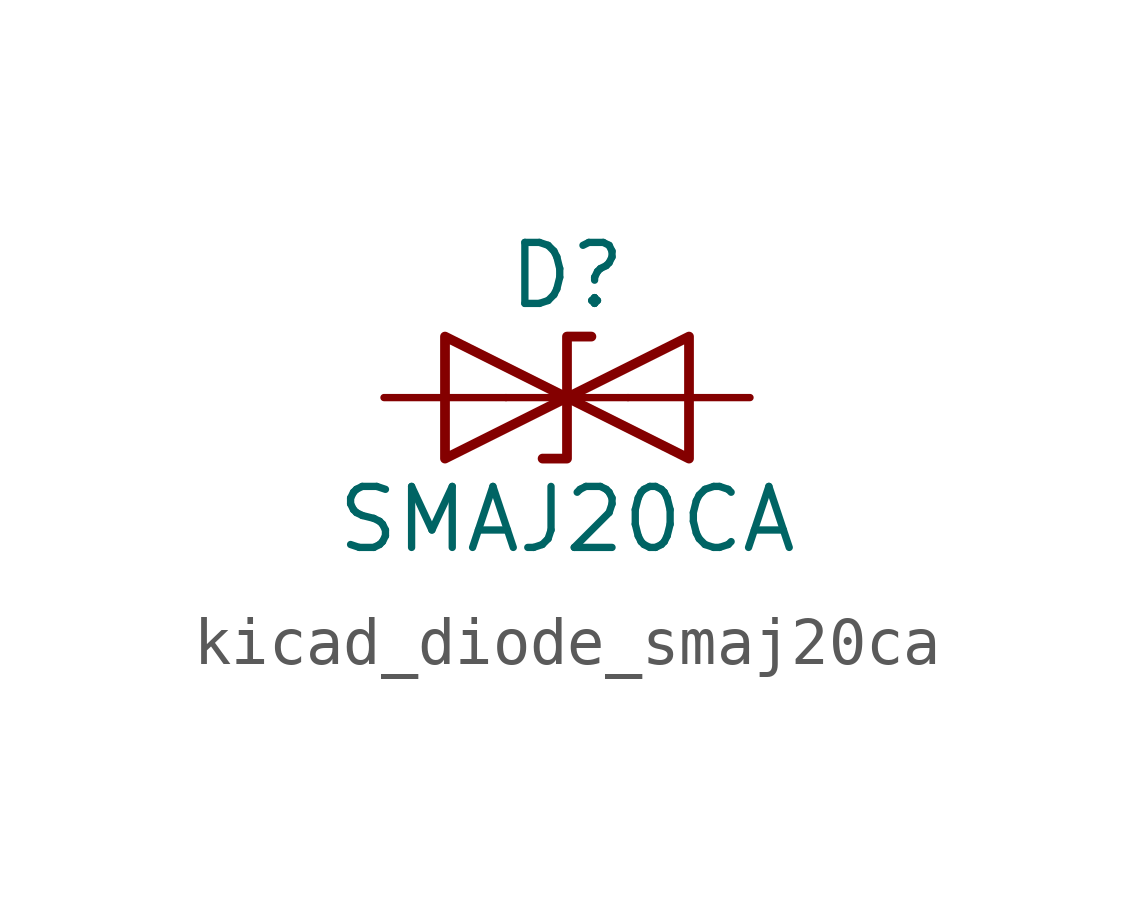
<source format=kicad_sym>
(kicad_symbol_lib
  (version 20220914)
  (generator kicad_symbol_editor)
  (symbol "kicad_diode_smaj20ca"
    (pin_numbers hide)
    (pin_names
      (offset 1.016) hide)
    (property "Reference" "D"
      (at 0 2.54 0)
      (effects (font (size 1.27 1.27))))
    (property "Value" "SMAJ20CA"
      (at 0 -2.54 0)
      (effects (font (size 1.27 1.27))))
    (symbol "kicad_diode_smaj20ca_0_1"
      (polyline (pts (xy 1.27 0) (xy -1.27 0)) (stroke (width 0) (type default)) (fill (type none)))
      (polyline (pts (xy -2.54 -1.27) (xy 0 0) (xy -2.54 1.27) (xy -2.54 -1.27)) (stroke (width 0.203) (type default)) (fill (type none)))
      (polyline (pts (xy 0.508 1.27) (xy 0 1.27) (xy 0 -1.27) (xy -0.508 -1.27)) (stroke (width 0.203) (type default)) (fill (type none)))
      (polyline (pts (xy 2.54 1.27) (xy 2.54 -1.27) (xy 0 0) (xy 2.54 1.27)) (stroke (width 0.203) (type default)) (fill (type none))))
    (symbol "kicad_diode_smaj20ca_1_1"
      (pin passive line (at -3.81 0 0) (length 2.54) (name "A1" (effects (font (size 1.27 1.27)))) (number "1" (effects (font (size 1.27 1.27)))))
      (pin passive line (at 3.81 0 180) (length 2.54) (name "A2" (effects (font (size 1.27 1.27)))) (number "2" (effects (font (size 1.27 1.27))))))))
</source>
